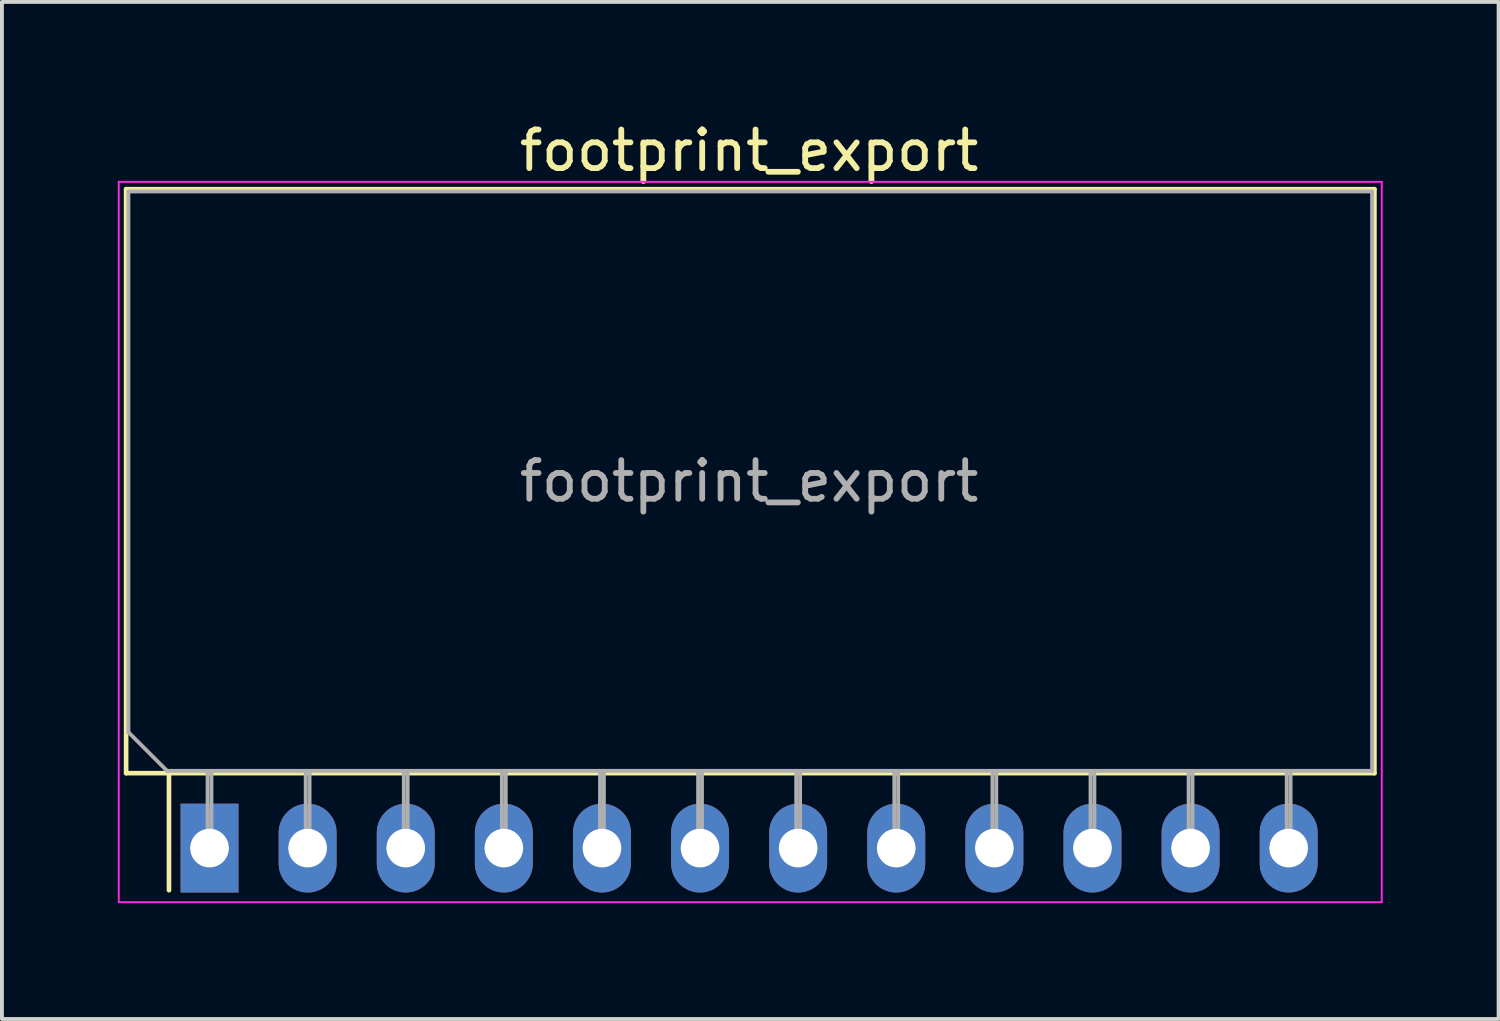
<source format=kicad_pcb>
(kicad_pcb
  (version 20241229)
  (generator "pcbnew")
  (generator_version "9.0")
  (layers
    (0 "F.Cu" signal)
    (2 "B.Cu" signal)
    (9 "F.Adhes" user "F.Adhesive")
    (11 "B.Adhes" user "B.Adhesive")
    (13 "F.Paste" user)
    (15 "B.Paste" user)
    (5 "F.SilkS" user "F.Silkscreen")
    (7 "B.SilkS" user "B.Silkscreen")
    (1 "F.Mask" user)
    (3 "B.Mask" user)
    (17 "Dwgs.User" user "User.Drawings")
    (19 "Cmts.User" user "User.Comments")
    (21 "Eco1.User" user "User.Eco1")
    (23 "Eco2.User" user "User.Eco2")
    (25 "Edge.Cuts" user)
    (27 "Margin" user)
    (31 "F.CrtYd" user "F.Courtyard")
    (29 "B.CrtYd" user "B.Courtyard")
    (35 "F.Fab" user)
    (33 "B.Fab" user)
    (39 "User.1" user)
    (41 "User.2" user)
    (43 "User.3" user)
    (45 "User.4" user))
  (footprint "footprint_export"
    (layer "F.Cu")
    (at 2.375 18.908)
    (property "Reference" "footprint_export" (at 13.97 -18.06 0) (layer "F.SilkS") (effects (font (size 1 1) (thickness 0.15))))
    (attr through_hole)
    (fp_line (start -2.16 -17.06) (end -2.16 -1.94) (stroke (width 0.12) (type solid)) (layer "F.SilkS"))
    (fp_line (start -2.16 -17.06) (end 30.16 -17.06) (stroke (width 0.12) (type solid)) (layer "F.SilkS"))
    (fp_line (start -2.16 -1.94) (end 30.16 -1.94) (stroke (width 0.12) (type solid)) (layer "F.SilkS"))
    (fp_line (start -1.05 -1.94) (end -1.05 1.091) (stroke (width 0.12) (type solid)) (layer "F.SilkS"))
    (fp_line (start 30.16 -17.06) (end 30.16 -1.94) (stroke (width 0.12) (type solid)) (layer "F.SilkS"))
    (fp_line (start -2.35 -17.25) (end -2.35 1.4) (stroke (width 0.05) (type solid)) (layer "F.CrtYd"))
    (fp_line (start -2.35 1.4) (end 30.35 1.4) (stroke (width 0.05) (type solid)) (layer "F.CrtYd"))
    (fp_line (start 30.35 -17.25) (end -2.35 -17.25) (stroke (width 0.05) (type solid)) (layer "F.CrtYd"))
    (fp_line (start 30.35 1.4) (end 30.35 -17.25) (stroke (width 0.05) (type solid)) (layer "F.CrtYd"))
    (fp_line (start -2.1 -17) (end 30.1 -17) (stroke (width 0.1) (type solid)) (layer "F.Fab"))
    (fp_line (start -2.1 -3) (end -2.1 -17) (stroke (width 0.1) (type solid)) (layer "F.Fab"))
    (fp_line (start -1.1 -2) (end -2.1 -3) (stroke (width 0.1) (type solid)) (layer "F.Fab"))
    (fp_line (start -0.05 0) (end -0.05 -2) (stroke (width 0.1) (type solid)) (layer "F.Fab"))
    (fp_line (start 0.05 0) (end 0.05 -2) (stroke (width 0.1) (type solid)) (layer "F.Fab"))
    (fp_line (start 2.49 0) (end 2.49 -2) (stroke (width 0.1) (type solid)) (layer "F.Fab"))
    (fp_line (start 2.59 0) (end 2.59 -2) (stroke (width 0.1) (type solid)) (layer "F.Fab"))
    (fp_line (start 5.03 0) (end 5.03 -2) (stroke (width 0.1) (type solid)) (layer "F.Fab"))
    (fp_line (start 5.13 0) (end 5.13 -2) (stroke (width 0.1) (type solid)) (layer "F.Fab"))
    (fp_line (start 7.57 0) (end 7.57 -2) (stroke (width 0.1) (type solid)) (layer "F.Fab"))
    (fp_line (start 7.67 0) (end 7.67 -2) (stroke (width 0.1) (type solid)) (layer "F.Fab"))
    (fp_line (start 10.11 0) (end 10.11 -2) (stroke (width 0.1) (type solid)) (layer "F.Fab"))
    (fp_line (start 10.21 0) (end 10.21 -2) (stroke (width 0.1) (type solid)) (layer "F.Fab"))
    (fp_line (start 12.65 0) (end 12.65 -2) (stroke (width 0.1) (type solid)) (layer "F.Fab"))
    (fp_line (start 12.75 0) (end 12.75 -2) (stroke (width 0.1) (type solid)) (layer "F.Fab"))
    (fp_line (start 15.19 0) (end 15.19 -2) (stroke (width 0.1) (type solid)) (layer "F.Fab"))
    (fp_line (start 15.29 0) (end 15.29 -2) (stroke (width 0.1) (type solid)) (layer "F.Fab"))
    (fp_line (start 17.73 0) (end 17.73 -2) (stroke (width 0.1) (type solid)) (layer "F.Fab"))
    (fp_line (start 17.83 0) (end 17.83 -2) (stroke (width 0.1) (type solid)) (layer "F.Fab"))
    (fp_line (start 20.27 0) (end 20.27 -2) (stroke (width 0.1) (type solid)) (layer "F.Fab"))
    (fp_line (start 20.37 0) (end 20.37 -2) (stroke (width 0.1) (type solid)) (layer "F.Fab"))
    (fp_line (start 22.81 0) (end 22.81 -2) (stroke (width 0.1) (type solid)) (layer "F.Fab"))
    (fp_line (start 22.91 0) (end 22.91 -2) (stroke (width 0.1) (type solid)) (layer "F.Fab"))
    (fp_line (start 25.35 0) (end 25.35 -2) (stroke (width 0.1) (type solid)) (layer "F.Fab"))
    (fp_line (start 25.45 0) (end 25.45 -2) (stroke (width 0.1) (type solid)) (layer "F.Fab"))
    (fp_line (start 27.89 0) (end 27.89 -2) (stroke (width 0.1) (type solid)) (layer "F.Fab"))
    (fp_line (start 27.99 0) (end 27.99 -2) (stroke (width 0.1) (type solid)) (layer "F.Fab"))
    (fp_line (start 30.1 -17) (end 30.1 -2) (stroke (width 0.1) (type solid)) (layer "F.Fab"))
    (fp_line (start 30.1 -2) (end -1.1 -2) (stroke (width 0.1) (type solid)) (layer "F.Fab"))
    (fp_text user "${REFERENCE}" (at 13.97 -9.5 0) (layer "F.Fab") (effects (font (size 1 1) (thickness 0.15))))
    (pad "1" thru_hole rect (at 0 0) (size 1.5 2.3) (drill 1) (layers "*.Cu" "*.Mask"))
    (pad "2" thru_hole oval (at 2.54 0) (size 1.5 2.3) (drill 1) (layers "*.Cu" "*.Mask"))
    (pad "3" thru_hole oval (at 5.08 0) (size 1.5 2.3) (drill 1) (layers "*.Cu" "*.Mask"))
    (pad "4" thru_hole oval (at 7.62 0) (size 1.5 2.3) (drill 1) (layers "*.Cu" "*.Mask"))
    (pad "5" thru_hole oval (at 10.16 0) (size 1.5 2.3) (drill 1) (layers "*.Cu" "*.Mask"))
    (pad "6" thru_hole oval (at 12.7 0) (size 1.5 2.3) (drill 1) (layers "*.Cu" "*.Mask"))
    (pad "7" thru_hole oval (at 15.24 0) (size 1.5 2.3) (drill 1) (layers "*.Cu" "*.Mask"))
    (pad "8" thru_hole oval (at 17.78 0) (size 1.5 2.3) (drill 1) (layers "*.Cu" "*.Mask"))
    (pad "9" thru_hole oval (at 20.32 0) (size 1.5 2.3) (drill 1) (layers "*.Cu" "*.Mask"))
    (pad "10" thru_hole oval (at 22.86 0) (size 1.5 2.3) (drill 1) (layers "*.Cu" "*.Mask"))
    (pad "11" thru_hole oval (at 25.4 0) (size 1.5 2.3) (drill 1) (layers "*.Cu" "*.Mask"))
    (pad "12" thru_hole oval (at 27.94 0) (size 1.5 2.3) (drill 1) (layers "*.Cu" "*.Mask")))
  (gr_rect
    (start -3 -3)
    (end 35.75 23.333)
    (stroke (width 0.1) (type default))
    (fill no)
    (layer "Edge.Cuts")))
</source>
